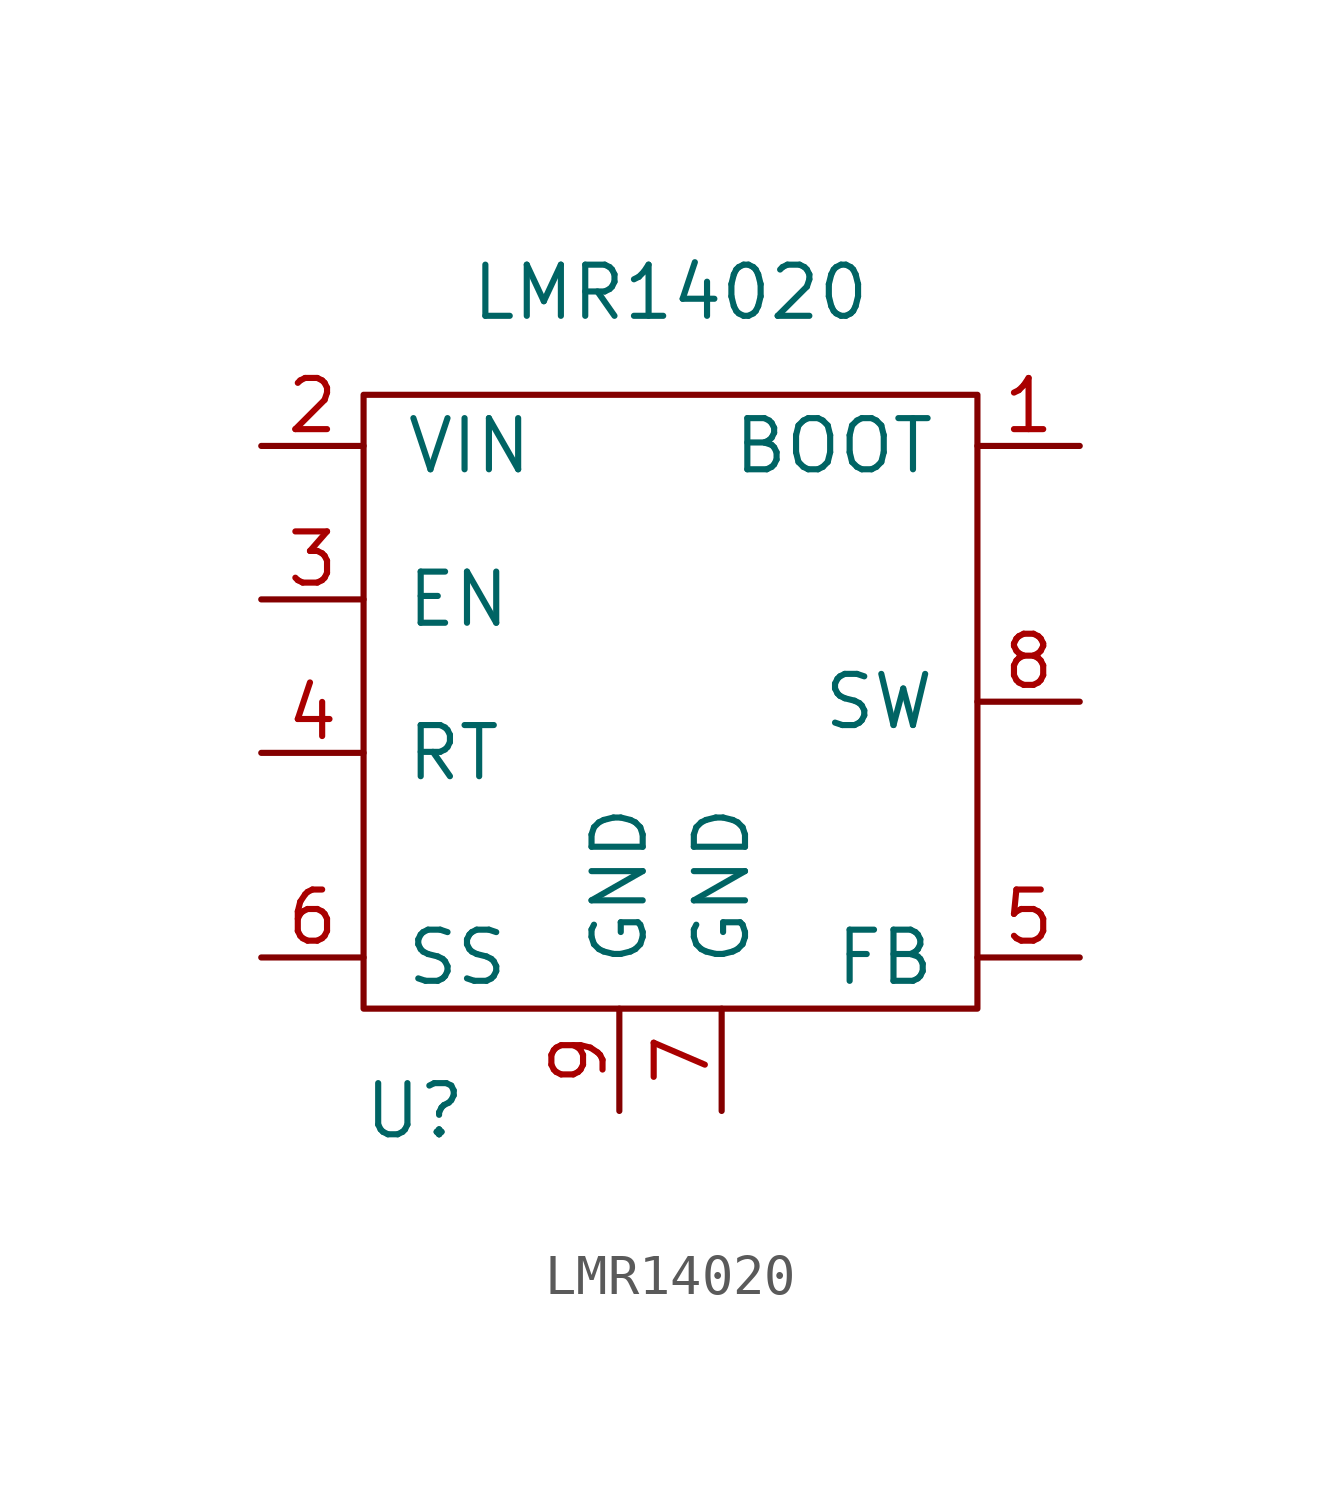
<source format=kicad_sym>
(kicad_symbol_lib
  (version 20241209)
  (generator "kicad_symbol_editor")
  (generator_version "9.0")
  (symbol "LMR14020"
    (pin_names
      (offset 1.016))
    (property "Reference" "U"
      (at -3.81 -11.43 0)
      (effects (font (size 1.27 1.27))))
    (property "Value" "LMR14020"
      (at 2.54 8.89 0)
      (effects (font (size 1.27 1.27))))
    (symbol "LMR14020_0_1"
      (rectangle (start -5.08 -8.89) (end 10.16 6.35) (stroke (width 0) (type solid)) (fill (type none))))
    (symbol "LMR14020_1_1"
      (pin power_in line (at -7.62 5.08 0) (length 2.54) (name "VIN" (effects (font (size 1.27 1.27)))) (number "2" (effects (font (size 1.27 1.27)))))
      (pin input line (at -7.62 1.27 0) (length 2.54) (name "EN" (effects (font (size 1.27 1.27)))) (number "3" (effects (font (size 1.27 1.27)))))
      (pin bidirectional line (at -7.62 -2.54 0) (length 2.54) (name "RT" (effects (font (size 1.27 1.27)))) (number "4" (effects (font (size 1.27 1.27)))))
      (pin bidirectional line (at -7.62 -7.62 0) (length 2.54) (name "SS" (effects (font (size 1.27 1.27)))) (number "6" (effects (font (size 1.27 1.27)))))
      (pin power_in line (at 1.27 -11.43 90) (length 2.54) (name "GND" (effects (font (size 1.27 1.27)))) (number "9" (effects (font (size 1.27 1.27)))))
      (pin power_in line (at 3.81 -11.43 90) (length 2.54) (name "GND" (effects (font (size 1.27 1.27)))) (number "7" (effects (font (size 1.27 1.27)))))
      (pin bidirectional line (at 12.7 5.08 180) (length 2.54) (name "BOOT" (effects (font (size 1.27 1.27)))) (number "1" (effects (font (size 1.27 1.27)))))
      (pin power_out line (at 12.7 -1.27 180) (length 2.54) (name "SW" (effects (font (size 1.27 1.27)))) (number "8" (effects (font (size 1.27 1.27)))))
      (pin input line (at 12.7 -7.62 180) (length 2.54) (name "FB" (effects (font (size 1.27 1.27)))) (number "5" (effects (font (size 1.27 1.27))))))))
</source>
